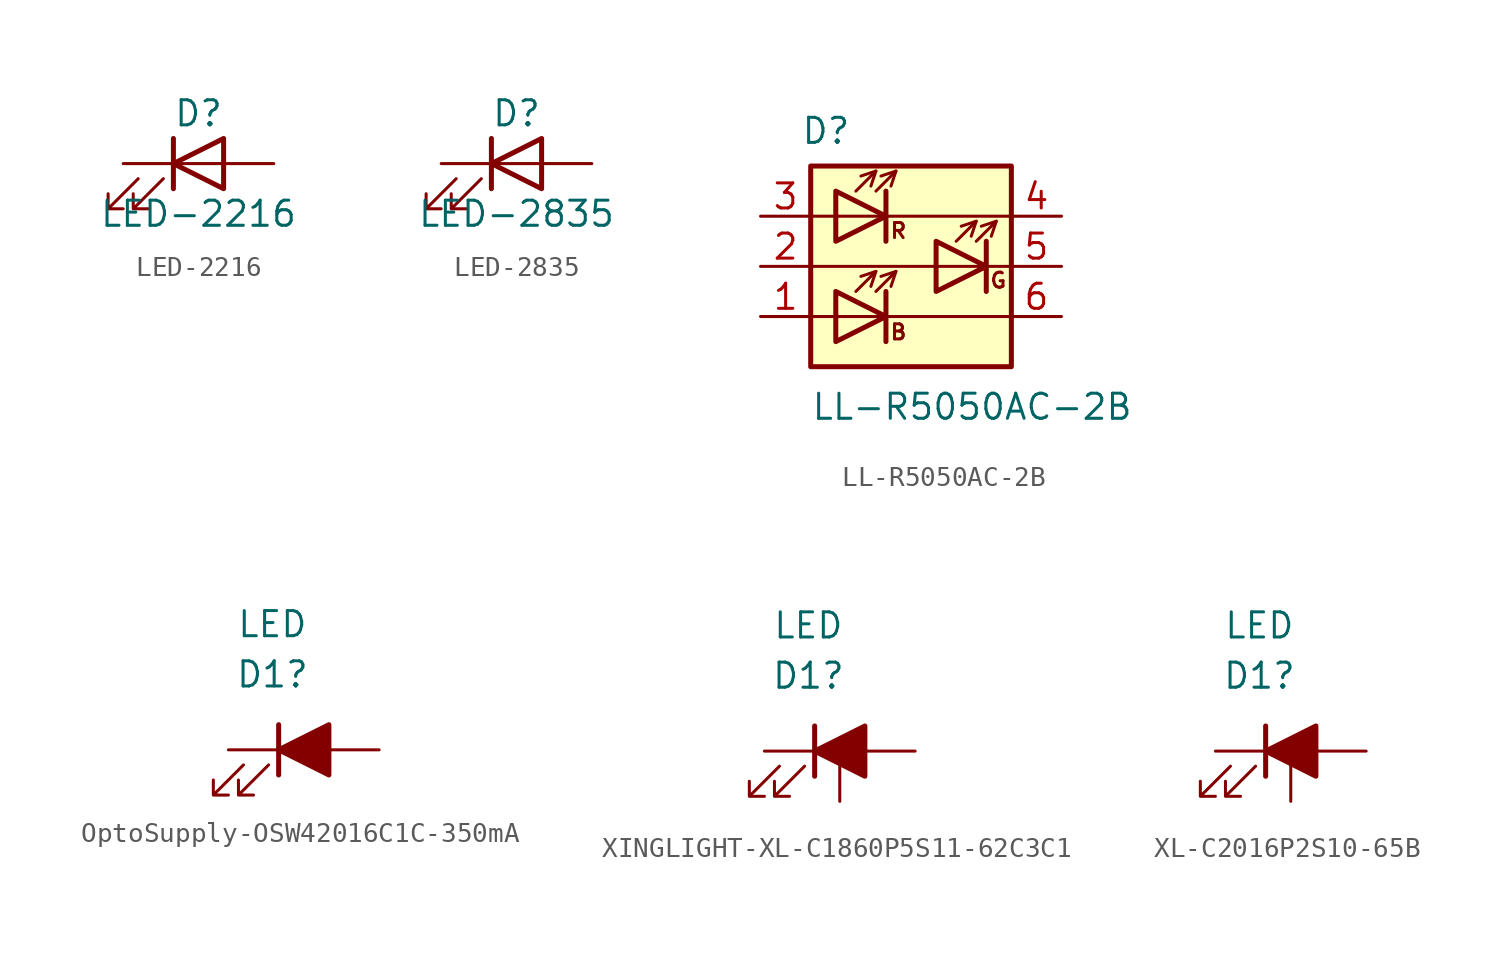
<source format=kicad_sym>
(kicad_symbol_lib
  (version 20231120)
  (generator "kicad_symbol_editor")
  (generator_version "8.0")
  (symbol "LED-2216"
    (pin_numbers hide)
    (pin_names
      (offset 1.016) hide)
    (property "Reference" "D"
      (at 0 2.54 0)
      (effects (font (size 1.27 1.27))))
    (property "Value" "LED-2216"
      (at 0 -2.54 0)
      (effects (font (size 1.27 1.27))))
    (symbol "LED-2216_0_1"
      (polyline (pts (xy -1.27 -1.27) (xy -1.27 1.27)) (stroke (width 0.254) (type default)) (fill (type none)))
      (polyline (pts (xy -1.27 0) (xy 1.27 0)) (stroke (width 0) (type default)) (fill (type none)))
      (polyline (pts (xy 1.27 -1.27) (xy 1.27 1.27) (xy -1.27 0) (xy 1.27 -1.27)) (stroke (width 0.254) (type default)) (fill (type none)))
      (polyline (pts (xy -3.048 -0.762) (xy -4.572 -2.286) (xy -3.81 -2.286) (xy -4.572 -2.286) (xy -4.572 -1.524)) (stroke (width 0) (type default)) (fill (type none)))
      (polyline (pts (xy -1.778 -0.762) (xy -3.302 -2.286) (xy -2.54 -2.286) (xy -3.302 -2.286) (xy -3.302 -1.524)) (stroke (width 0) (type default)) (fill (type none))))
    (symbol "LED-2216_1_1"
      (pin passive line (at -3.81 0 0) (length 2.54) (name "K" (effects (font (size 1.27 1.27)))) (number "1" (effects (font (size 1.27 1.27)))))
      (pin passive line (at 3.81 0 180) (length 2.54) (name "A" (effects (font (size 1.27 1.27)))) (number "2" (effects (font (size 1.27 1.27)))))))
  (symbol "LED-2835"
    (pin_numbers hide)
    (pin_names
      (offset 1.016) hide)
    (property "Reference" "D"
      (at 0 2.54 0)
      (effects (font (size 1.27 1.27))))
    (property "Value" "LED-2835"
      (at 0 -2.54 0)
      (effects (font (size 1.27 1.27))))
    (symbol "LED-2835_0_1"
      (polyline (pts (xy -1.27 -1.27) (xy -1.27 1.27)) (stroke (width 0.254) (type default)) (fill (type none)))
      (polyline (pts (xy -1.27 0) (xy 1.27 0)) (stroke (width 0) (type default)) (fill (type none)))
      (polyline (pts (xy 1.27 -1.27) (xy 1.27 1.27) (xy -1.27 0) (xy 1.27 -1.27)) (stroke (width 0.254) (type default)) (fill (type none)))
      (polyline (pts (xy -3.048 -0.762) (xy -4.572 -2.286) (xy -3.81 -2.286) (xy -4.572 -2.286) (xy -4.572 -1.524)) (stroke (width 0) (type default)) (fill (type none)))
      (polyline (pts (xy -1.778 -0.762) (xy -3.302 -2.286) (xy -2.54 -2.286) (xy -3.302 -2.286) (xy -3.302 -1.524)) (stroke (width 0) (type default)) (fill (type none))))
    (symbol "LED-2835_1_1"
      (pin passive line (at -3.81 0 0) (length 2.54) (name "K" (effects (font (size 1.27 1.27)))) (number "1" (effects (font (size 1.27 1.27)))))
      (pin passive line (at 3.81 0 180) (length 2.54) (name "A" (effects (font (size 1.27 1.27)))) (number "2" (effects (font (size 1.27 1.27)))))))
  (symbol "LL-R5050AC-2B"
    (pin_names hide)
    (property "Reference" "D"
      (at -5.588 6.858 0)
      (effects (font (size 1.27 1.27)) (justify left)))
    (property "Value" "LL-R5050AC-2B"
      (at -5.08 -7.112 0)
      (effects (font (size 1.27 1.27)) (justify left)))
    (symbol "LL-R5050AC-2B_0_0"
      (text "B" (at -0.635 -3.327 0) (effects (font (size 0.762 0.762))))
      (text "G" (at 4.42 -0.711 0) (effects (font (size 0.762 0.762))))
      (text "R" (at -0.635 1.803 0) (effects (font (size 0.762 0.762)))))
    (symbol "LL-R5050AC-2B_0_1"
      (rectangle (start -5.08 5.08) (end 5.08 -5.08) (stroke (width 0.254) (type default)) (fill (type background)))
      (polyline (pts (xy -5.08 -2.54) (xy 5.08 -2.54)) (stroke (width 0) (type default)) (fill (type none)))
      (polyline (pts (xy -5.08 0) (xy 5.08 0)) (stroke (width 0) (type default)) (fill (type none)))
      (polyline (pts (xy -5.08 2.54) (xy 5.08 2.54)) (stroke (width 0) (type default)) (fill (type none)))
      (polyline (pts (xy -2.794 -1.27) (xy -1.778 -0.254)) (stroke (width 0) (type default)) (fill (type none)))
      (polyline (pts (xy -2.794 3.81) (xy -1.778 4.826)) (stroke (width 0) (type default)) (fill (type none)))
      (polyline (pts (xy -1.778 -1.27) (xy -0.762 -0.254)) (stroke (width 0) (type default)) (fill (type none)))
      (polyline (pts (xy -1.778 3.81) (xy -0.762 4.826)) (stroke (width 0) (type default)) (fill (type none)))
      (polyline (pts (xy -1.27 -1.27) (xy -1.27 -3.81)) (stroke (width 0.254) (type default)) (fill (type none)))
      (polyline (pts (xy -1.27 3.81) (xy -1.27 1.27)) (stroke (width 0.254) (type default)) (fill (type none)))
      (polyline (pts (xy 2.286 1.27) (xy 3.302 2.286)) (stroke (width 0) (type default)) (fill (type none)))
      (polyline (pts (xy 3.302 1.27) (xy 4.318 2.286)) (stroke (width 0) (type default)) (fill (type none)))
      (polyline (pts (xy 3.81 1.27) (xy 3.81 -1.27)) (stroke (width 0.254) (type default)) (fill (type none)))
      (polyline (pts (xy -2.54 4.572) (xy -1.778 4.826) (xy -2.032 4.064)) (stroke (width 0) (type default)) (fill (type none)))
      (polyline (pts (xy -2.032 -1.016) (xy -1.778 -0.254) (xy -2.54 -0.508)) (stroke (width 0) (type default)) (fill (type none)))
      (polyline (pts (xy -1.524 -0.508) (xy -0.762 -0.254) (xy -1.016 -1.016)) (stroke (width 0) (type default)) (fill (type none)))
      (polyline (pts (xy -1.524 4.572) (xy -0.762 4.826) (xy -1.016 4.064)) (stroke (width 0) (type default)) (fill (type none)))
      (polyline (pts (xy 3.048 1.524) (xy 3.302 2.286) (xy 2.54 2.032)) (stroke (width 0) (type default)) (fill (type none)))
      (polyline (pts (xy 3.556 2.032) (xy 4.318 2.286) (xy 4.064 1.524)) (stroke (width 0) (type default)) (fill (type none)))
      (polyline (pts (xy -3.81 -1.27) (xy -3.81 -3.81) (xy -1.27 -2.54) (xy -3.81 -1.27)) (stroke (width 0.254) (type default)) (fill (type none)))
      (polyline (pts (xy -3.81 3.81) (xy -3.81 1.27) (xy -1.27 2.54) (xy -3.81 3.81)) (stroke (width 0.254) (type default)) (fill (type none)))
      (polyline (pts (xy 1.27 1.27) (xy 1.27 -1.27) (xy 3.81 0) (xy 1.27 1.27)) (stroke (width 0.254) (type default)) (fill (type none))))
    (symbol "LL-R5050AC-2B_1_1"
      (pin passive line (at -7.62 -2.54 0) (length 2.54) (name "AA" (effects (font (size 1.27 1.27)))) (number "1" (effects (font (size 1.27 1.27)))))
      (pin passive line (at -7.62 0 0) (length 2.54) (name "AB" (effects (font (size 1.27 1.27)))) (number "2" (effects (font (size 1.27 1.27)))))
      (pin passive line (at -7.62 2.54 0) (length 2.54) (name "AC" (effects (font (size 1.27 1.27)))) (number "3" (effects (font (size 1.27 1.27)))))
      (pin passive line (at 7.62 2.54 180) (length 2.54) (name "KC" (effects (font (size 1.27 1.27)))) (number "4" (effects (font (size 1.27 1.27)))))
      (pin passive line (at 7.62 0 180) (length 2.54) (name "KB" (effects (font (size 1.27 1.27)))) (number "5" (effects (font (size 1.27 1.27)))))
      (pin passive line (at 7.62 -2.54 180) (length 2.54) (name "KA" (effects (font (size 1.27 1.27)))) (number "6" (effects (font (size 1.27 1.27)))))))
  (symbol "OptoSupply-OSW42016C1C-350mA"
    (pin_numbers hide)
    (pin_names
      (offset 1.016) hide)
    (property "Reference" "D1"
      (at -1.587 3.81 0)
      (effects (font (size 1.27 1.27))))
    (property "Value" "LED"
      (at -1.587 6.35 0)
      (effects (font (size 1.27 1.27))))
    (symbol "OptoSupply-OSW42016C1C-350mA_0_1"
      (polyline (pts (xy -1.27 -1.27) (xy -1.27 1.27)) (stroke (width 0.254) (type default)) (fill (type none)))
      (polyline (pts (xy -1.27 0) (xy 1.27 0)) (stroke (width 0) (type default)) (fill (type none)))
      (polyline (pts (xy 1.27 -1.27) (xy 1.27 1.27) (xy -1.27 0) (xy 1.27 -1.27)) (stroke (width 0.254) (type default)) (fill (type outline)))
      (polyline (pts (xy -3.048 -0.762) (xy -4.572 -2.286) (xy -3.81 -2.286) (xy -4.572 -2.286) (xy -4.572 -1.524)) (stroke (width 0) (type default)) (fill (type none)))
      (polyline (pts (xy -1.778 -0.762) (xy -3.302 -2.286) (xy -2.54 -2.286) (xy -3.302 -2.286) (xy -3.302 -1.524)) (stroke (width 0) (type default)) (fill (type none))))
    (symbol "OptoSupply-OSW42016C1C-350mA_1_1"
      (pin passive line (at -3.81 0 0) (length 2.54) (name "K" (effects (font (size 1.27 1.27)))) (number "1" (effects (font (size 1.27 1.27)))))
      (pin passive line (at 3.81 0 180) (length 2.54) (name "A" (effects (font (size 1.27 1.27)))) (number "2" (effects (font (size 1.27 1.27)))))))
  (symbol "XINGLIGHT-XL-C1860P5S11-62C3C1"
    (pin_numbers hide)
    (pin_names
      (offset 1.016) hide)
    (property "Reference" "D1"
      (at -1.587 3.81 0)
      (effects (font (size 1.27 1.27))))
    (property "Value" "LED"
      (at -1.587 6.35 0)
      (effects (font (size 1.27 1.27))))
    (symbol "XINGLIGHT-XL-C1860P5S11-62C3C1_0_1"
      (polyline (pts (xy -1.27 -1.27) (xy -1.27 1.27)) (stroke (width 0.254) (type default)) (fill (type none)))
      (polyline (pts (xy -1.27 0) (xy 1.27 0)) (stroke (width 0) (type default)) (fill (type none)))
      (polyline (pts (xy 1.27 -1.27) (xy 1.27 1.27) (xy -1.27 0) (xy 1.27 -1.27)) (stroke (width 0.254) (type default)) (fill (type outline)))
      (polyline (pts (xy -3.048 -0.762) (xy -4.572 -2.286) (xy -3.81 -2.286) (xy -4.572 -2.286) (xy -4.572 -1.524)) (stroke (width 0) (type default)) (fill (type none)))
      (polyline (pts (xy -1.778 -0.762) (xy -3.302 -2.286) (xy -2.54 -2.286) (xy -3.302 -2.286) (xy -3.302 -1.524)) (stroke (width 0) (type default)) (fill (type none))))
    (symbol "XINGLIGHT-XL-C1860P5S11-62C3C1_1_1"
      (pin passive line (at 0 -2.54 90) (length 2.54) (name "0" (effects (font (size 1.27 1.27)))) (number "0" (effects (font (size 1.27 1.27)))))
      (pin passive line (at -3.81 0 0) (length 2.54) (name "K" (effects (font (size 1.27 1.27)))) (number "1" (effects (font (size 1.27 1.27)))))
      (pin passive line (at 3.81 0 180) (length 2.54) (name "A" (effects (font (size 1.27 1.27)))) (number "2" (effects (font (size 1.27 1.27)))))))
  (symbol "XL-C2016P2S10-65B"
    (pin_numbers hide)
    (pin_names
      (offset 1.016) hide)
    (property "Reference" "D1"
      (at -1.587 3.81 0)
      (effects (font (size 1.27 1.27))))
    (property "Value" "LED"
      (at -1.587 6.35 0)
      (effects (font (size 1.27 1.27))))
    (symbol "XL-C2016P2S10-65B_0_1"
      (polyline (pts (xy -1.27 -1.27) (xy -1.27 1.27)) (stroke (width 0.254) (type default)) (fill (type none)))
      (polyline (pts (xy -1.27 0) (xy 1.27 0)) (stroke (width 0) (type default)) (fill (type none)))
      (polyline (pts (xy 1.27 -1.27) (xy 1.27 1.27) (xy -1.27 0) (xy 1.27 -1.27)) (stroke (width 0.254) (type default)) (fill (type outline)))
      (polyline (pts (xy -3.048 -0.762) (xy -4.572 -2.286) (xy -3.81 -2.286) (xy -4.572 -2.286) (xy -4.572 -1.524)) (stroke (width 0) (type default)) (fill (type none)))
      (polyline (pts (xy -1.778 -0.762) (xy -3.302 -2.286) (xy -2.54 -2.286) (xy -3.302 -2.286) (xy -3.302 -1.524)) (stroke (width 0) (type default)) (fill (type none))))
    (symbol "XL-C2016P2S10-65B_1_1"
      (pin passive line (at -3.81 0 0) (length 2.54) (name "K" (effects (font (size 1.27 1.27)))) (number "1" (effects (font (size 1.27 1.27)))))
      (pin passive line (at 3.81 0 180) (length 2.54) (name "A" (effects (font (size 1.27 1.27)))) (number "2" (effects (font (size 1.27 1.27)))))
      (pin passive line (at 0 -2.54 90) (length 2.54) (name "TH" (effects (font (size 1.27 1.27)))) (number "TH" (effects (font (size 1.27 1.27))))))))
</source>
